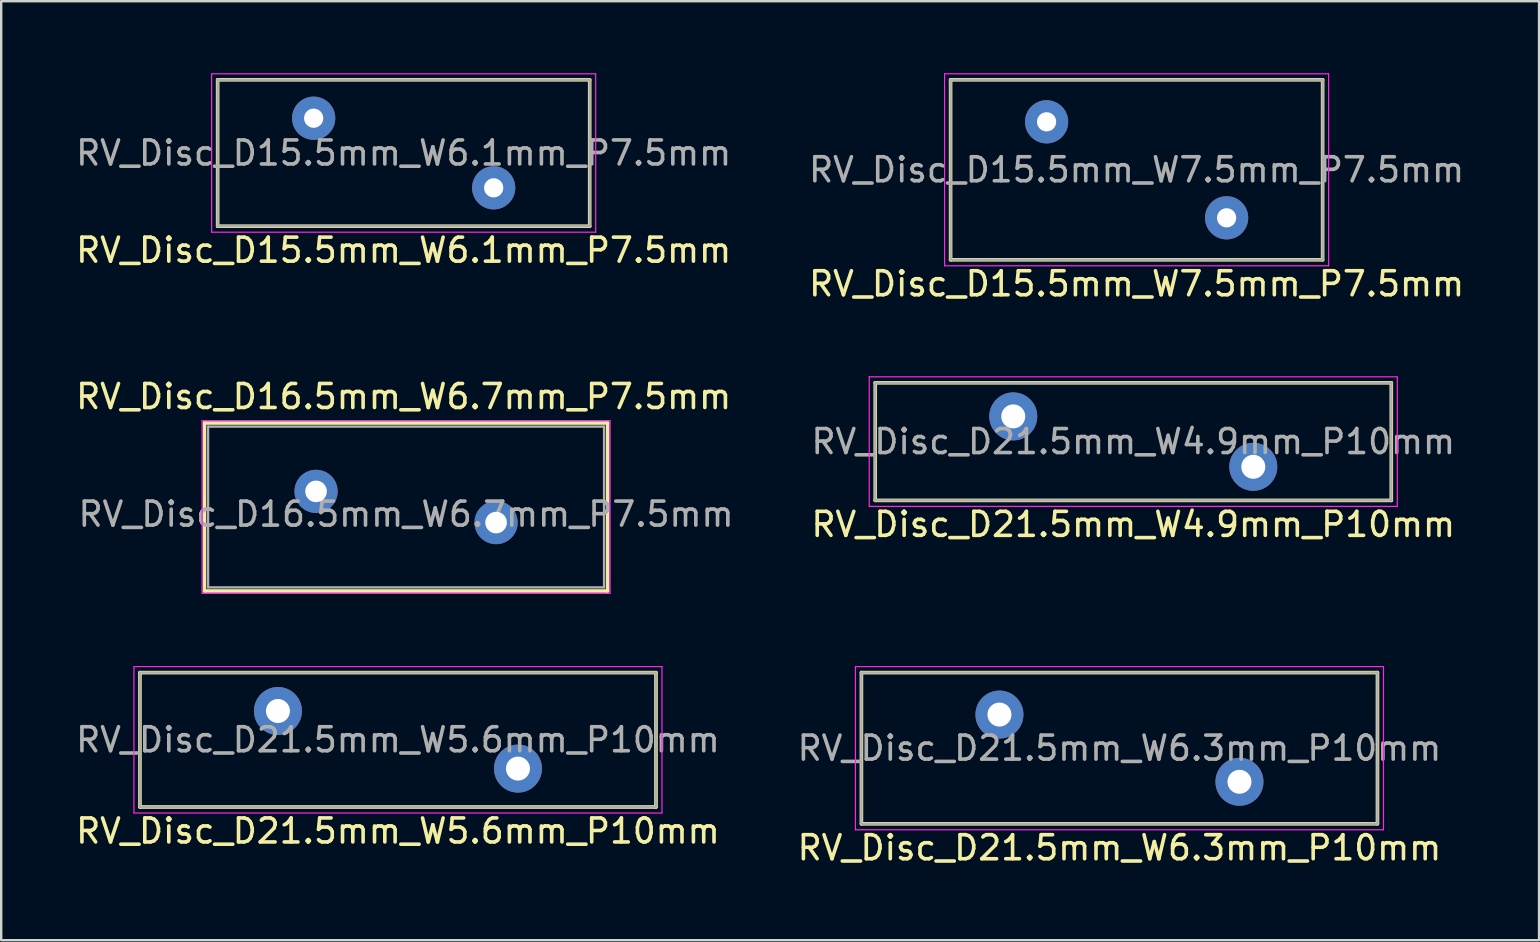
<source format=kicad_pcb>
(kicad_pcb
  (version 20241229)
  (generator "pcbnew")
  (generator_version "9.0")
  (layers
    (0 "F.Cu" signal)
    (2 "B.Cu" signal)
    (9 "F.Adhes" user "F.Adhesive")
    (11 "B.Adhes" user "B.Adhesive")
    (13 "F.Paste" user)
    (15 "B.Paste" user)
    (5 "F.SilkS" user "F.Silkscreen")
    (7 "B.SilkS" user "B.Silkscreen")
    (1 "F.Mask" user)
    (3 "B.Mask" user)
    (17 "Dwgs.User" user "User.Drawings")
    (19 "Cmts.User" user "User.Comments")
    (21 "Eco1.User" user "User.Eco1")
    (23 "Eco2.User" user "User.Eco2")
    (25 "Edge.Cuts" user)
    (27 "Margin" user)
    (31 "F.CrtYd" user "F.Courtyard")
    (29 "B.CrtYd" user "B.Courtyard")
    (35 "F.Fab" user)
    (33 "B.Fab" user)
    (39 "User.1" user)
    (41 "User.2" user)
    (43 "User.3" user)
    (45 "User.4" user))
  (footprint "RV_Disc_D15.5mm_W6.1mm_P7.5mm"
    (layer "F.Cu")
    (at 10.018 1.875)
    (property "Reference" "RV_Disc_D15.5mm_W6.1mm_P7.5mm" (at 3.75 5.5 0) (layer "F.SilkS") (effects (font (size 1 1) (thickness 0.15))))
    (attr through_hole)
    (fp_line (start -4 -1.6) (end -4 4.5) (stroke (width 0.15) (type solid)) (layer "F.SilkS"))
    (fp_line (start -4 -1.6) (end 11.5 -1.6) (stroke (width 0.15) (type solid)) (layer "F.SilkS"))
    (fp_line (start -4 4.5) (end 11.5 4.5) (stroke (width 0.15) (type solid)) (layer "F.SilkS"))
    (fp_line (start 11.5 -1.6) (end 11.5 4.5) (stroke (width 0.15) (type solid)) (layer "F.SilkS"))
    (fp_line (start -4.25 -1.85) (end -4.25 4.75) (stroke (width 0.05) (type solid)) (layer "F.CrtYd"))
    (fp_line (start -4.25 -1.85) (end 11.75 -1.85) (stroke (width 0.05) (type solid)) (layer "F.CrtYd"))
    (fp_line (start -4.25 4.75) (end 11.75 4.75) (stroke (width 0.05) (type solid)) (layer "F.CrtYd"))
    (fp_line (start 11.75 -1.85) (end 11.75 4.75) (stroke (width 0.05) (type solid)) (layer "F.CrtYd"))
    (fp_line (start -4 -1.6) (end -4 4.5) (stroke (width 0.1) (type solid)) (layer "F.Fab"))
    (fp_line (start -4 -1.6) (end 11.5 -1.6) (stroke (width 0.1) (type solid)) (layer "F.Fab"))
    (fp_line (start -4 4.5) (end 11.5 4.5) (stroke (width 0.1) (type solid)) (layer "F.Fab"))
    (fp_line (start 11.5 -1.6) (end 11.5 4.5) (stroke (width 0.1) (type solid)) (layer "F.Fab"))
    (fp_text user "${REFERENCE}" (at 3.75 1.45 0) (layer "F.Fab") (effects (font (size 1 1) (thickness 0.15))))
    (pad "1" thru_hole circle (at 0 0) (size 1.8 1.8) (drill 0.8) (layers "*.Cu" "*.Mask"))
    (pad "2" thru_hole circle (at 7.5 2.9) (size 1.8 1.8) (drill 0.8) (layers "*.Cu" "*.Mask")))
  (footprint "RV_Disc_D21.5mm_W5.6mm_P10mm"
    (layer "F.Cu")
    (at 8.53 26.572)
    (property "Reference" "RV_Disc_D21.5mm_W5.6mm_P10mm" (at 5 5 0) (layer "F.SilkS") (effects (font (size 1 1) (thickness 0.15))))
    (attr through_hole)
    (fp_line (start -5.75 -1.6) (end -5.75 4) (stroke (width 0.15) (type solid)) (layer "F.SilkS"))
    (fp_line (start -5.75 -1.6) (end 15.75 -1.6) (stroke (width 0.15) (type solid)) (layer "F.SilkS"))
    (fp_line (start -5.75 4) (end 15.75 4) (stroke (width 0.15) (type solid)) (layer "F.SilkS"))
    (fp_line (start 15.75 -1.6) (end 15.75 4) (stroke (width 0.15) (type solid)) (layer "F.SilkS"))
    (fp_line (start -6 -1.85) (end -6 4.25) (stroke (width 0.05) (type solid)) (layer "F.CrtYd"))
    (fp_line (start -6 -1.85) (end 16 -1.85) (stroke (width 0.05) (type solid)) (layer "F.CrtYd"))
    (fp_line (start -6 4.25) (end 16 4.25) (stroke (width 0.05) (type solid)) (layer "F.CrtYd"))
    (fp_line (start 16 -1.85) (end 16 4.25) (stroke (width 0.05) (type solid)) (layer "F.CrtYd"))
    (fp_line (start -5.75 -1.6) (end -5.75 4) (stroke (width 0.1) (type solid)) (layer "F.Fab"))
    (fp_line (start -5.75 -1.6) (end 15.75 -1.6) (stroke (width 0.1) (type solid)) (layer "F.Fab"))
    (fp_line (start -5.75 4) (end 15.75 4) (stroke (width 0.1) (type solid)) (layer "F.Fab"))
    (fp_line (start 15.75 -1.6) (end 15.75 4) (stroke (width 0.1) (type solid)) (layer "F.Fab"))
    (fp_text user "${REFERENCE}" (at 5 1.2 0) (layer "F.Fab") (effects (font (size 1 1) (thickness 0.15))))
    (pad "1" thru_hole circle (at 0 0) (size 2 2) (drill 1) (layers "*.Cu" "*.Mask"))
    (pad "2" thru_hole circle (at 10 2.4) (size 2 2) (drill 1) (layers "*.Cu" "*.Mask")))
  (footprint "RV_Disc_D15.5mm_W7.5mm_P7.5mm"
    (layer "F.Cu")
    (at 40.554 2.025)
    (property "Reference" "RV_Disc_D15.5mm_W7.5mm_P7.5mm" (at 3.75 6.75 0) (layer "F.SilkS") (effects (font (size 1 1) (thickness 0.15))))
    (attr through_hole)
    (fp_line (start -4 -1.75) (end -4 5.75) (stroke (width 0.15) (type solid)) (layer "F.SilkS"))
    (fp_line (start -4 -1.75) (end 11.5 -1.75) (stroke (width 0.15) (type solid)) (layer "F.SilkS"))
    (fp_line (start -4 5.75) (end 11.5 5.75) (stroke (width 0.15) (type solid)) (layer "F.SilkS"))
    (fp_line (start 11.5 -1.75) (end 11.5 5.75) (stroke (width 0.15) (type solid)) (layer "F.SilkS"))
    (fp_line (start -4.25 -2) (end -4.25 6) (stroke (width 0.05) (type solid)) (layer "F.CrtYd"))
    (fp_line (start -4.25 -2) (end 11.75 -2) (stroke (width 0.05) (type solid)) (layer "F.CrtYd"))
    (fp_line (start -4.25 6) (end 11.75 6) (stroke (width 0.05) (type solid)) (layer "F.CrtYd"))
    (fp_line (start 11.75 -2) (end 11.75 6) (stroke (width 0.05) (type solid)) (layer "F.CrtYd"))
    (fp_line (start -4 -1.75) (end -4 5.75) (stroke (width 0.1) (type solid)) (layer "F.Fab"))
    (fp_line (start -4 -1.75) (end 11.5 -1.75) (stroke (width 0.1) (type solid)) (layer "F.Fab"))
    (fp_line (start -4 5.75) (end 11.5 5.75) (stroke (width 0.1) (type solid)) (layer "F.Fab"))
    (fp_line (start 11.5 -1.75) (end 11.5 5.75) (stroke (width 0.1) (type solid)) (layer "F.Fab"))
    (fp_text user "${REFERENCE}" (at 3.75 2 0) (layer "F.Fab") (effects (font (size 1 1) (thickness 0.15))))
    (pad "1" thru_hole circle (at 0 0) (size 1.8 1.8) (drill 0.8) (layers "*.Cu" "*.Mask"))
    (pad "2" thru_hole circle (at 7.5 4) (size 1.8 1.8) (drill 0.8) (layers "*.Cu" "*.Mask")))
  (footprint "RV_Disc_D16.5mm_W6.7mm_P7.5mm"
    (layer "F.Cu")
    (at 10.118 17.422)
    (property "Reference" "RV_Disc_D16.5mm_W6.7mm_P7.5mm" (at 3.65 -3.95 0) (layer "F.SilkS") (effects (font (size 1 1) (thickness 0.15))))
    (attr through_hole)
    (fp_line (start -4.65 -2.85) (end -4.65 4.15) (stroke (width 0.15) (type solid)) (layer "F.SilkS"))
    (fp_line (start -4.65 -2.85) (end 12.15 -2.85) (stroke (width 0.15) (type solid)) (layer "F.SilkS"))
    (fp_line (start -4.65 4.15) (end 12.15 4.15) (stroke (width 0.15) (type solid)) (layer "F.SilkS"))
    (fp_line (start 12.15 -2.85) (end 12.15 4.15) (stroke (width 0.15) (type solid)) (layer "F.SilkS"))
    (fp_line (start -4.75 -2.95) (end -4.75 4.25) (stroke (width 0.05) (type solid)) (layer "F.CrtYd"))
    (fp_line (start -4.75 -2.95) (end 12.25 -2.95) (stroke (width 0.05) (type solid)) (layer "F.CrtYd"))
    (fp_line (start -4.75 4.25) (end 12.25 4.25) (stroke (width 0.05) (type solid)) (layer "F.CrtYd"))
    (fp_line (start 12.25 -2.95) (end 12.25 4.25) (stroke (width 0.05) (type solid)) (layer "F.CrtYd"))
    (fp_line (start -4.5 -2.7) (end -4.5 4) (stroke (width 0.1) (type solid)) (layer "F.Fab"))
    (fp_line (start -4.5 -2.7) (end 12 -2.7) (stroke (width 0.1) (type solid)) (layer "F.Fab"))
    (fp_line (start -4.5 4) (end 12 4) (stroke (width 0.1) (type solid)) (layer "F.Fab"))
    (fp_line (start 12 -2.7) (end 12 4) (stroke (width 0.1) (type solid)) (layer "F.Fab"))
    (fp_text user "${REFERENCE}" (at 3.75 0.95 0) (layer "F.Fab") (effects (font (size 1 1) (thickness 0.15))))
    (pad "1" thru_hole circle (at 0 0) (size 1.8 1.8) (drill 0.9) (layers "*.Cu" "*.Mask"))
    (pad "2" thru_hole circle (at 7.5 1.3) (size 1.8 1.8) (drill 0.9) (layers "*.Cu" "*.Mask")))
  (footprint "RV_Disc_D21.5mm_W4.9mm_P10mm"
    (layer "F.Cu")
    (at 39.165 14.298)
    (property "Reference" "RV_Disc_D21.5mm_W4.9mm_P10mm" (at 5 4.5 0) (layer "F.SilkS") (effects (font (size 1 1) (thickness 0.15))))
    (attr through_hole)
    (fp_line (start -5.75 -1.4) (end -5.75 3.5) (stroke (width 0.15) (type solid)) (layer "F.SilkS"))
    (fp_line (start -5.75 -1.4) (end 15.75 -1.4) (stroke (width 0.15) (type solid)) (layer "F.SilkS"))
    (fp_line (start -5.75 3.5) (end 15.75 3.5) (stroke (width 0.15) (type solid)) (layer "F.SilkS"))
    (fp_line (start 15.75 -1.4) (end 15.75 3.5) (stroke (width 0.15) (type solid)) (layer "F.SilkS"))
    (fp_line (start -6 -1.65) (end -6 3.75) (stroke (width 0.05) (type solid)) (layer "F.CrtYd"))
    (fp_line (start -6 -1.65) (end 16 -1.65) (stroke (width 0.05) (type solid)) (layer "F.CrtYd"))
    (fp_line (start -6 3.75) (end 16 3.75) (stroke (width 0.05) (type solid)) (layer "F.CrtYd"))
    (fp_line (start 16 -1.65) (end 16 3.75) (stroke (width 0.05) (type solid)) (layer "F.CrtYd"))
    (fp_line (start -5.75 -1.4) (end -5.75 3.5) (stroke (width 0.1) (type solid)) (layer "F.Fab"))
    (fp_line (start -5.75 -1.4) (end 15.75 -1.4) (stroke (width 0.1) (type solid)) (layer "F.Fab"))
    (fp_line (start -5.75 3.5) (end 15.75 3.5) (stroke (width 0.1) (type solid)) (layer "F.Fab"))
    (fp_line (start 15.75 -1.4) (end 15.75 3.5) (stroke (width 0.1) (type solid)) (layer "F.Fab"))
    (fp_text user "${REFERENCE}" (at 5 1.05 0) (layer "F.Fab") (effects (font (size 1 1) (thickness 0.15))))
    (pad "1" thru_hole circle (at 0 0) (size 2 2) (drill 1) (layers "*.Cu" "*.Mask"))
    (pad "2" thru_hole circle (at 10 2.1) (size 2 2) (drill 1) (layers "*.Cu" "*.Mask")))
  (footprint "RV_Disc_D21.5mm_W6.3mm_P10mm"
    (layer "F.Cu")
    (at 38.589 26.721)
    (property "Reference" "RV_Disc_D21.5mm_W6.3mm_P10mm" (at 5 5.55 0) (layer "F.SilkS") (effects (font (size 1 1) (thickness 0.15))))
    (attr through_hole)
    (fp_line (start -5.75 -1.75) (end -5.75 4.55) (stroke (width 0.15) (type solid)) (layer "F.SilkS"))
    (fp_line (start -5.75 -1.75) (end 15.75 -1.75) (stroke (width 0.15) (type solid)) (layer "F.SilkS"))
    (fp_line (start -5.75 4.55) (end 15.75 4.55) (stroke (width 0.15) (type solid)) (layer "F.SilkS"))
    (fp_line (start 15.75 -1.75) (end 15.75 4.55) (stroke (width 0.15) (type solid)) (layer "F.SilkS"))
    (fp_line (start -6 -2) (end -6 4.8) (stroke (width 0.05) (type solid)) (layer "F.CrtYd"))
    (fp_line (start -6 -2) (end 16 -2) (stroke (width 0.05) (type solid)) (layer "F.CrtYd"))
    (fp_line (start -6 4.8) (end 16 4.8) (stroke (width 0.05) (type solid)) (layer "F.CrtYd"))
    (fp_line (start 16 -2) (end 16 4.8) (stroke (width 0.05) (type solid)) (layer "F.CrtYd"))
    (fp_line (start -5.75 -1.75) (end -5.75 4.55) (stroke (width 0.1) (type solid)) (layer "F.Fab"))
    (fp_line (start -5.75 -1.75) (end 15.75 -1.75) (stroke (width 0.1) (type solid)) (layer "F.Fab"))
    (fp_line (start -5.75 4.55) (end 15.75 4.55) (stroke (width 0.1) (type solid)) (layer "F.Fab"))
    (fp_line (start 15.75 -1.75) (end 15.75 4.55) (stroke (width 0.1) (type solid)) (layer "F.Fab"))
    (fp_text user "${REFERENCE}" (at 5 1.4 0) (layer "F.Fab") (effects (font (size 1 1) (thickness 0.15))))
    (pad "1" thru_hole circle (at 0 0) (size 2 2) (drill 1) (layers "*.Cu" "*.Mask"))
    (pad "2" thru_hole circle (at 10 2.8) (size 2 2) (drill 1) (layers "*.Cu" "*.Mask")))
  (gr_rect
    (start -3 -3)
    (end 61.071 36.12)
    (stroke (width 0.1) (type default))
    (fill no)
    (layer "Edge.Cuts")))
</source>
